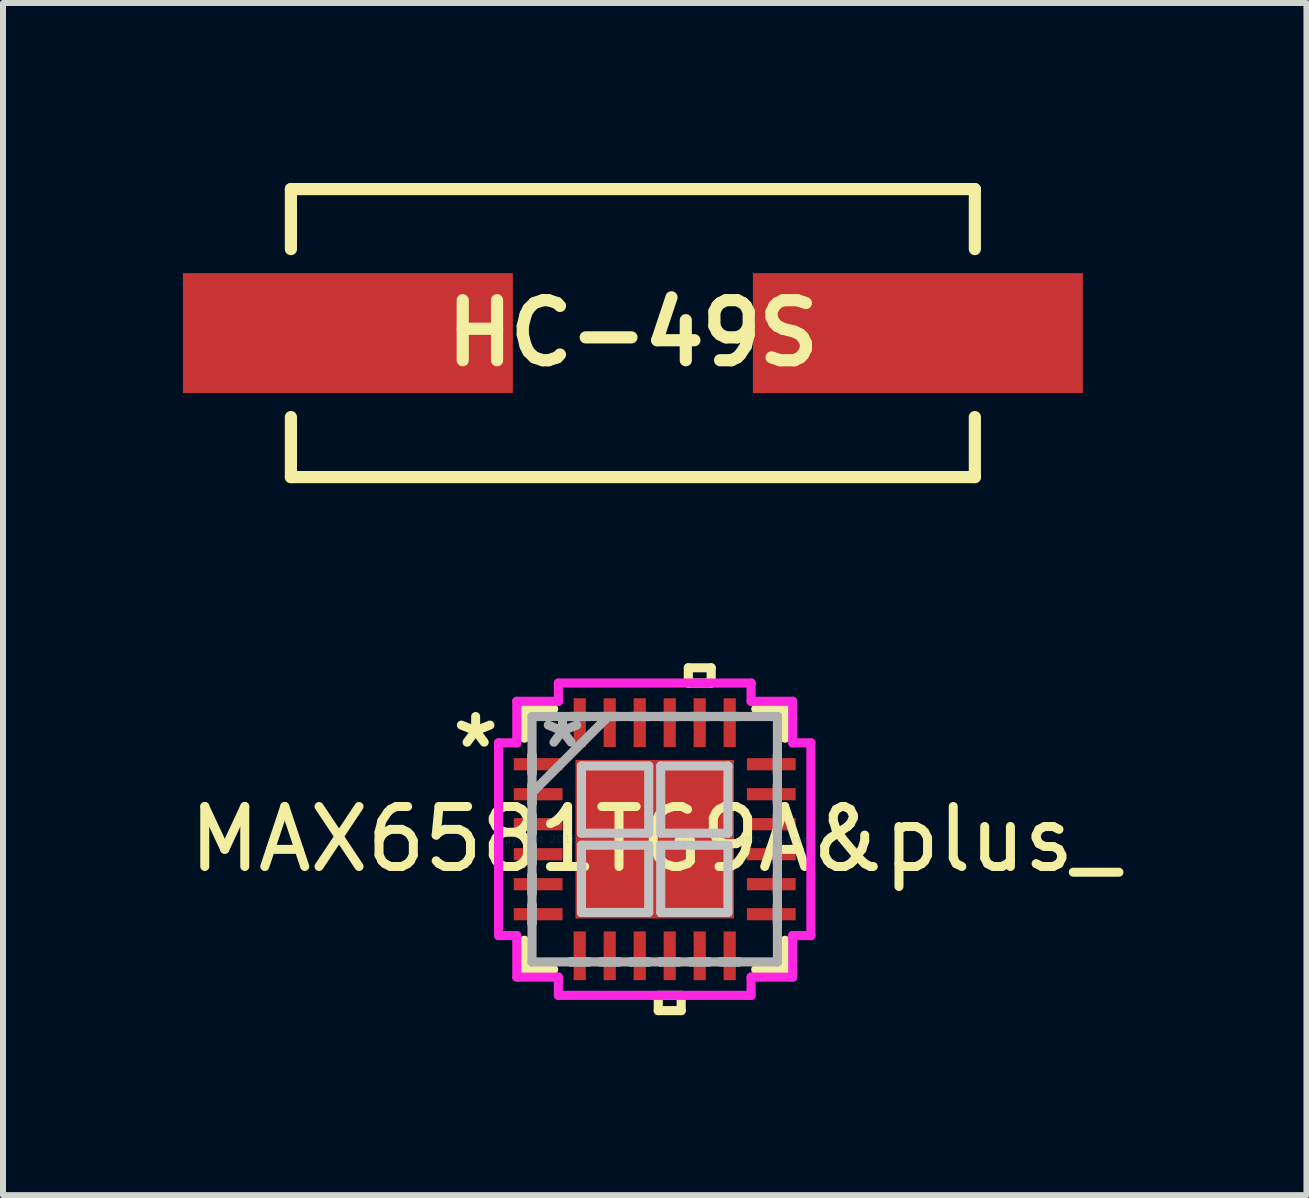
<source format=kicad_pcb>
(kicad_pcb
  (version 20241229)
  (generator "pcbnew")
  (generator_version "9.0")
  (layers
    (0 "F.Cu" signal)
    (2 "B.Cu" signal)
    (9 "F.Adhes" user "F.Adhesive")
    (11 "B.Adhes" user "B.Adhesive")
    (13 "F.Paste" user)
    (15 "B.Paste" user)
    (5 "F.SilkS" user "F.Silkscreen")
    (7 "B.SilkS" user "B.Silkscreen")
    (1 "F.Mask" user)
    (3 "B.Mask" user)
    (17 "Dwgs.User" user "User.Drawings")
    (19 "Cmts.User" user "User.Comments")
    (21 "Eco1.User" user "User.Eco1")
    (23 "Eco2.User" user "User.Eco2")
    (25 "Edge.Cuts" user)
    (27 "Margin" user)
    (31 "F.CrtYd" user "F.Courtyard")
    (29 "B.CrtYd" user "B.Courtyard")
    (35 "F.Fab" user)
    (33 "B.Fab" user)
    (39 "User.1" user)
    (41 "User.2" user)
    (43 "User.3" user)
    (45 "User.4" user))
  (footprint "HC-49S"
    (layer "F.Cu")
    (at 7.499 2.502)
    (property "Reference" "HC-49S" (at 0 0 0) (layer "F.SilkS") (effects (font (size 1.001 1.001) (thickness 0.203))))
    (attr through_hole)
    (fp_line (start -5.7 -2.4) (end -5.7 -1.4) (stroke (width 0.203) (type solid)) (layer "F.SilkS"))
    (fp_line (start -5.7 -2.4) (end 5.7 -2.4) (stroke (width 0.203) (type solid)) (layer "F.SilkS"))
    (fp_line (start -5.7 2.4) (end -5.7 1.4) (stroke (width 0.203) (type solid)) (layer "F.SilkS"))
    (fp_line (start -5.7 2.4) (end 5.7 2.4) (stroke (width 0.203) (type solid)) (layer "F.SilkS"))
    (fp_line (start 5.7 -2.4) (end 5.7 -1.4) (stroke (width 0.203) (type solid)) (layer "F.SilkS"))
    (fp_line (start 5.7 2.4) (end 5.7 1.4) (stroke (width 0.203) (type solid)) (layer "F.SilkS"))
    (pad "1" smd rect (at -4.75 0) (size 5.499 1.999) (layers "F.Cu" "F.Mask" "F.Paste"))
    (pad "2" smd rect (at 4.75 0) (size 5.499 1.999) (layers "F.Cu" "F.Mask" "F.Paste")))
  (footprint "MAX6581TG9A&plus_"
    (layer "F.Cu")
    (at 7.863 10.938)
    (property "Reference" "MAX6581TG9A&plus_" (at 0 0 0) (layer "F.SilkS") (effects (font (size 1 1) (thickness 0.15))))
    (attr through_hole)
    (fp_line (start -2.172 -2.172) (end -2.172 -1.684) (stroke (width 0.152) (type solid)) (layer "F.SilkS"))
    (fp_line (start -2.172 1.684) (end -2.172 2.172) (stroke (width 0.152) (type solid)) (layer "F.SilkS"))
    (fp_line (start -2.172 2.172) (end -1.684 2.172) (stroke (width 0.152) (type solid)) (layer "F.SilkS"))
    (fp_line (start -1.684 -2.172) (end -2.172 -2.172) (stroke (width 0.152) (type solid)) (layer "F.SilkS"))
    (fp_line (start 0.059 2.603) (end 0.059 2.857) (stroke (width 0.152) (type solid)) (layer "F.SilkS"))
    (fp_line (start 0.059 2.857) (end 0.441 2.857) (stroke (width 0.152) (type solid)) (layer "F.SilkS"))
    (fp_line (start 0.441 2.603) (end 0.059 2.603) (stroke (width 0.152) (type solid)) (layer "F.SilkS"))
    (fp_line (start 0.441 2.857) (end 0.441 2.603) (stroke (width 0.152) (type solid)) (layer "F.SilkS"))
    (fp_line (start 0.56 -2.857) (end 0.941 -2.857) (stroke (width 0.152) (type solid)) (layer "F.SilkS"))
    (fp_line (start 0.56 -2.603) (end 0.56 -2.857) (stroke (width 0.152) (type solid)) (layer "F.SilkS"))
    (fp_line (start 0.941 -2.857) (end 0.941 -2.603) (stroke (width 0.152) (type solid)) (layer "F.SilkS"))
    (fp_line (start 0.941 -2.603) (end 0.56 -2.603) (stroke (width 0.152) (type solid)) (layer "F.SilkS"))
    (fp_line (start 1.684 2.172) (end 2.172 2.172) (stroke (width 0.152) (type solid)) (layer "F.SilkS"))
    (fp_line (start 2.172 -2.172) (end 1.684 -2.172) (stroke (width 0.152) (type solid)) (layer "F.SilkS"))
    (fp_line (start 2.172 -1.684) (end 2.172 -2.172) (stroke (width 0.152) (type solid)) (layer "F.SilkS"))
    (fp_line (start 2.172 2.172) (end 2.172 1.684) (stroke (width 0.152) (type solid)) (layer "F.SilkS"))
    (fp_line (start -1.221 -1.221) (end -1.221 -0.1) (stroke (width 0.152) (type solid)) (layer "Dwgs.User"))
    (fp_line (start -1.221 -0.1) (end -0.1 -0.1) (stroke (width 0.152) (type solid)) (layer "Dwgs.User"))
    (fp_line (start -1.221 0.1) (end -1.221 1.221) (stroke (width 0.152) (type solid)) (layer "Dwgs.User"))
    (fp_line (start -1.221 1.221) (end -0.1 1.221) (stroke (width 0.152) (type solid)) (layer "Dwgs.User"))
    (fp_line (start -0.1 -1.221) (end -1.221 -1.221) (stroke (width 0.152) (type solid)) (layer "Dwgs.User"))
    (fp_line (start -0.1 -0.1) (end -0.1 -1.221) (stroke (width 0.152) (type solid)) (layer "Dwgs.User"))
    (fp_line (start -0.1 0.1) (end -1.221 0.1) (stroke (width 0.152) (type solid)) (layer "Dwgs.User"))
    (fp_line (start -0.1 1.221) (end -0.1 0.1) (stroke (width 0.152) (type solid)) (layer "Dwgs.User"))
    (fp_line (start 0.1 -1.221) (end 0.1 -0.1) (stroke (width 0.152) (type solid)) (layer "Dwgs.User"))
    (fp_line (start 0.1 -0.1) (end 1.221 -0.1) (stroke (width 0.152) (type solid)) (layer "Dwgs.User"))
    (fp_line (start 0.1 0.1) (end 0.1 1.221) (stroke (width 0.152) (type solid)) (layer "Dwgs.User"))
    (fp_line (start 0.1 1.221) (end 1.221 1.221) (stroke (width 0.152) (type solid)) (layer "Dwgs.User"))
    (fp_line (start 1.221 -1.221) (end 0.1 -1.221) (stroke (width 0.152) (type solid)) (layer "Dwgs.User"))
    (fp_line (start 1.221 -0.1) (end 1.221 -1.221) (stroke (width 0.152) (type solid)) (layer "Dwgs.User"))
    (fp_line (start 1.221 0.1) (end 0.1 0.1) (stroke (width 0.152) (type solid)) (layer "Dwgs.User"))
    (fp_line (start 1.221 1.221) (end 1.221 0.1) (stroke (width 0.152) (type solid)) (layer "Dwgs.User"))
    (fp_line (start -2.603 -1.606) (end -2.299 -1.606) (stroke (width 0.152) (type solid)) (layer "F.CrtYd"))
    (fp_line (start -2.603 1.606) (end -2.603 -1.606) (stroke (width 0.152) (type solid)) (layer "F.CrtYd"))
    (fp_line (start -2.299 -2.299) (end -1.606 -2.299) (stroke (width 0.152) (type solid)) (layer "F.CrtYd"))
    (fp_line (start -2.299 -1.606) (end -2.299 -2.299) (stroke (width 0.152) (type solid)) (layer "F.CrtYd"))
    (fp_line (start -2.299 1.606) (end -2.603 1.606) (stroke (width 0.152) (type solid)) (layer "F.CrtYd"))
    (fp_line (start -2.299 2.299) (end -2.299 1.606) (stroke (width 0.152) (type solid)) (layer "F.CrtYd"))
    (fp_line (start -1.606 -2.603) (end 1.606 -2.603) (stroke (width 0.152) (type solid)) (layer "F.CrtYd"))
    (fp_line (start -1.606 -2.299) (end -1.606 -2.603) (stroke (width 0.152) (type solid)) (layer "F.CrtYd"))
    (fp_line (start -1.606 2.299) (end -2.299 2.299) (stroke (width 0.152) (type solid)) (layer "F.CrtYd"))
    (fp_line (start -1.606 2.603) (end -1.606 2.299) (stroke (width 0.152) (type solid)) (layer "F.CrtYd"))
    (fp_line (start 1.606 -2.603) (end 1.606 -2.299) (stroke (width 0.152) (type solid)) (layer "F.CrtYd"))
    (fp_line (start 1.606 -2.299) (end 2.299 -2.299) (stroke (width 0.152) (type solid)) (layer "F.CrtYd"))
    (fp_line (start 1.606 2.299) (end 1.606 2.603) (stroke (width 0.152) (type solid)) (layer "F.CrtYd"))
    (fp_line (start 1.606 2.603) (end -1.606 2.603) (stroke (width 0.152) (type solid)) (layer "F.CrtYd"))
    (fp_line (start 2.299 -2.299) (end 2.299 -1.606) (stroke (width 0.152) (type solid)) (layer "F.CrtYd"))
    (fp_line (start 2.299 -1.606) (end 2.603 -1.606) (stroke (width 0.152) (type solid)) (layer "F.CrtYd"))
    (fp_line (start 2.299 1.606) (end 2.299 2.299) (stroke (width 0.152) (type solid)) (layer "F.CrtYd"))
    (fp_line (start 2.299 2.299) (end 1.606 2.299) (stroke (width 0.152) (type solid)) (layer "F.CrtYd"))
    (fp_line (start 2.603 -1.606) (end 2.603 1.606) (stroke (width 0.152) (type solid)) (layer "F.CrtYd"))
    (fp_line (start 2.603 1.606) (end 2.299 1.606) (stroke (width 0.152) (type solid)) (layer "F.CrtYd"))
    (fp_line (start -2.045 -2.045) (end -2.045 -2.045) (stroke (width 0.152) (type solid)) (layer "F.Fab"))
    (fp_line (start -2.045 -2.045) (end -2.045 2.045) (stroke (width 0.152) (type solid)) (layer "F.Fab"))
    (fp_line (start -2.045 -1.402) (end -2.045 -1.402) (stroke (width 0.152) (type solid)) (layer "F.Fab"))
    (fp_line (start -2.045 -1.402) (end -2.045 -1.098) (stroke (width 0.152) (type solid)) (layer "F.Fab"))
    (fp_line (start -2.045 -1.098) (end -2.045 -1.402) (stroke (width 0.152) (type solid)) (layer "F.Fab"))
    (fp_line (start -2.045 -1.098) (end -2.045 -1.098) (stroke (width 0.152) (type solid)) (layer "F.Fab"))
    (fp_line (start -2.045 -0.902) (end -2.045 -0.902) (stroke (width 0.152) (type solid)) (layer "F.Fab"))
    (fp_line (start -2.045 -0.902) (end -2.045 -0.598) (stroke (width 0.152) (type solid)) (layer "F.Fab"))
    (fp_line (start -2.045 -0.775) (end -0.775 -2.045) (stroke (width 0.152) (type solid)) (layer "F.Fab"))
    (fp_line (start -2.045 -0.598) (end -2.045 -0.902) (stroke (width 0.152) (type solid)) (layer "F.Fab"))
    (fp_line (start -2.045 -0.598) (end -2.045 -0.598) (stroke (width 0.152) (type solid)) (layer "F.Fab"))
    (fp_line (start -2.045 -0.402) (end -2.045 -0.402) (stroke (width 0.152) (type solid)) (layer "F.Fab"))
    (fp_line (start -2.045 -0.402) (end -2.045 -0.098) (stroke (width 0.152) (type solid)) (layer "F.Fab"))
    (fp_line (start -2.045 -0.098) (end -2.045 -0.402) (stroke (width 0.152) (type solid)) (layer "F.Fab"))
    (fp_line (start -2.045 -0.098) (end -2.045 -0.098) (stroke (width 0.152) (type solid)) (layer "F.Fab"))
    (fp_line (start -2.045 0.098) (end -2.045 0.098) (stroke (width 0.152) (type solid)) (layer "F.Fab"))
    (fp_line (start -2.045 0.098) (end -2.045 0.402) (stroke (width 0.152) (type solid)) (layer "F.Fab"))
    (fp_line (start -2.045 0.402) (end -2.045 0.098) (stroke (width 0.152) (type solid)) (layer "F.Fab"))
    (fp_line (start -2.045 0.402) (end -2.045 0.402) (stroke (width 0.152) (type solid)) (layer "F.Fab"))
    (fp_line (start -2.045 0.598) (end -2.045 0.598) (stroke (width 0.152) (type solid)) (layer "F.Fab"))
    (fp_line (start -2.045 0.598) (end -2.045 0.902) (stroke (width 0.152) (type solid)) (layer "F.Fab"))
    (fp_line (start -2.045 0.902) (end -2.045 0.598) (stroke (width 0.152) (type solid)) (layer "F.Fab"))
    (fp_line (start -2.045 0.902) (end -2.045 0.902) (stroke (width 0.152) (type solid)) (layer "F.Fab"))
    (fp_line (start -2.045 1.098) (end -2.045 1.098) (stroke (width 0.152) (type solid)) (layer "F.Fab"))
    (fp_line (start -2.045 1.098) (end -2.045 1.402) (stroke (width 0.152) (type solid)) (layer "F.Fab"))
    (fp_line (start -2.045 1.402) (end -2.045 1.098) (stroke (width 0.152) (type solid)) (layer "F.Fab"))
    (fp_line (start -2.045 1.402) (end -2.045 1.402) (stroke (width 0.152) (type solid)) (layer "F.Fab"))
    (fp_line (start -2.045 2.045) (end -2.045 2.045) (stroke (width 0.152) (type solid)) (layer "F.Fab"))
    (fp_line (start -2.045 2.045) (end 2.045 2.045) (stroke (width 0.152) (type solid)) (layer "F.Fab"))
    (fp_line (start -1.402 -2.045) (end -1.402 -2.045) (stroke (width 0.152) (type solid)) (layer "F.Fab"))
    (fp_line (start -1.402 -2.045) (end -1.098 -2.045) (stroke (width 0.152) (type solid)) (layer "F.Fab"))
    (fp_line (start -1.402 2.045) (end -1.402 2.045) (stroke (width 0.152) (type solid)) (layer "F.Fab"))
    (fp_line (start -1.402 2.045) (end -1.098 2.045) (stroke (width 0.152) (type solid)) (layer "F.Fab"))
    (fp_line (start -1.098 -2.045) (end -1.402 -2.045) (stroke (width 0.152) (type solid)) (layer "F.Fab"))
    (fp_line (start -1.098 -2.045) (end -1.098 -2.045) (stroke (width 0.152) (type solid)) (layer "F.Fab"))
    (fp_line (start -1.098 2.045) (end -1.402 2.045) (stroke (width 0.152) (type solid)) (layer "F.Fab"))
    (fp_line (start -1.098 2.045) (end -1.098 2.045) (stroke (width 0.152) (type solid)) (layer "F.Fab"))
    (fp_line (start -0.902 -2.045) (end -0.902 -2.045) (stroke (width 0.152) (type solid)) (layer "F.Fab"))
    (fp_line (start -0.902 -2.045) (end -0.598 -2.045) (stroke (width 0.152) (type solid)) (layer "F.Fab"))
    (fp_line (start -0.902 2.045) (end -0.902 2.045) (stroke (width 0.152) (type solid)) (layer "F.Fab"))
    (fp_line (start -0.902 2.045) (end -0.598 2.045) (stroke (width 0.152) (type solid)) (layer "F.Fab"))
    (fp_line (start -0.598 -2.045) (end -0.902 -2.045) (stroke (width 0.152) (type solid)) (layer "F.Fab"))
    (fp_line (start -0.598 -2.045) (end -0.598 -2.045) (stroke (width 0.152) (type solid)) (layer "F.Fab"))
    (fp_line (start -0.598 2.045) (end -0.902 2.045) (stroke (width 0.152) (type solid)) (layer "F.Fab"))
    (fp_line (start -0.598 2.045) (end -0.598 2.045) (stroke (width 0.152) (type solid)) (layer "F.Fab"))
    (fp_line (start -0.402 -2.045) (end -0.402 -2.045) (stroke (width 0.152) (type solid)) (layer "F.Fab"))
    (fp_line (start -0.402 -2.045) (end -0.098 -2.045) (stroke (width 0.152) (type solid)) (layer "F.Fab"))
    (fp_line (start -0.402 2.045) (end -0.402 2.045) (stroke (width 0.152) (type solid)) (layer "F.Fab"))
    (fp_line (start -0.402 2.045) (end -0.098 2.045) (stroke (width 0.152) (type solid)) (layer "F.Fab"))
    (fp_line (start -0.098 -2.045) (end -0.402 -2.045) (stroke (width 0.152) (type solid)) (layer "F.Fab"))
    (fp_line (start -0.098 -2.045) (end -0.098 -2.045) (stroke (width 0.152) (type solid)) (layer "F.Fab"))
    (fp_line (start -0.098 2.045) (end -0.402 2.045) (stroke (width 0.152) (type solid)) (layer "F.Fab"))
    (fp_line (start -0.098 2.045) (end -0.098 2.045) (stroke (width 0.152) (type solid)) (layer "F.Fab"))
    (fp_line (start 0.098 -2.045) (end 0.098 -2.045) (stroke (width 0.152) (type solid)) (layer "F.Fab"))
    (fp_line (start 0.098 -2.045) (end 0.402 -2.045) (stroke (width 0.152) (type solid)) (layer "F.Fab"))
    (fp_line (start 0.098 2.045) (end 0.098 2.045) (stroke (width 0.152) (type solid)) (layer "F.Fab"))
    (fp_line (start 0.098 2.045) (end 0.402 2.045) (stroke (width 0.152) (type solid)) (layer "F.Fab"))
    (fp_line (start 0.402 -2.045) (end 0.098 -2.045) (stroke (width 0.152) (type solid)) (layer "F.Fab"))
    (fp_line (start 0.402 -2.045) (end 0.402 -2.045) (stroke (width 0.152) (type solid)) (layer "F.Fab"))
    (fp_line (start 0.402 2.045) (end 0.098 2.045) (stroke (width 0.152) (type solid)) (layer "F.Fab"))
    (fp_line (start 0.402 2.045) (end 0.402 2.045) (stroke (width 0.152) (type solid)) (layer "F.Fab"))
    (fp_line (start 0.598 -2.045) (end 0.598 -2.045) (stroke (width 0.152) (type solid)) (layer "F.Fab"))
    (fp_line (start 0.598 -2.045) (end 0.902 -2.045) (stroke (width 0.152) (type solid)) (layer "F.Fab"))
    (fp_line (start 0.598 2.045) (end 0.598 2.045) (stroke (width 0.152) (type solid)) (layer "F.Fab"))
    (fp_line (start 0.598 2.045) (end 0.902 2.045) (stroke (width 0.152) (type solid)) (layer "F.Fab"))
    (fp_line (start 0.902 -2.045) (end 0.598 -2.045) (stroke (width 0.152) (type solid)) (layer "F.Fab"))
    (fp_line (start 0.902 -2.045) (end 0.902 -2.045) (stroke (width 0.152) (type solid)) (layer "F.Fab"))
    (fp_line (start 0.902 2.045) (end 0.598 2.045) (stroke (width 0.152) (type solid)) (layer "F.Fab"))
    (fp_line (start 0.902 2.045) (end 0.902 2.045) (stroke (width 0.152) (type solid)) (layer "F.Fab"))
    (fp_line (start 1.098 -2.045) (end 1.098 -2.045) (stroke (width 0.152) (type solid)) (layer "F.Fab"))
    (fp_line (start 1.098 -2.045) (end 1.402 -2.045) (stroke (width 0.152) (type solid)) (layer "F.Fab"))
    (fp_line (start 1.098 2.045) (end 1.098 2.045) (stroke (width 0.152) (type solid)) (layer "F.Fab"))
    (fp_line (start 1.098 2.045) (end 1.402 2.045) (stroke (width 0.152) (type solid)) (layer "F.Fab"))
    (fp_line (start 1.402 -2.045) (end 1.098 -2.045) (stroke (width 0.152) (type solid)) (layer "F.Fab"))
    (fp_line (start 1.402 -2.045) (end 1.402 -2.045) (stroke (width 0.152) (type solid)) (layer "F.Fab"))
    (fp_line (start 1.402 2.045) (end 1.098 2.045) (stroke (width 0.152) (type solid)) (layer "F.Fab"))
    (fp_line (start 1.402 2.045) (end 1.402 2.045) (stroke (width 0.152) (type solid)) (layer "F.Fab"))
    (fp_line (start 2.045 -2.045) (end -2.045 -2.045) (stroke (width 0.152) (type solid)) (layer "F.Fab"))
    (fp_line (start 2.045 -2.045) (end 2.045 -2.045) (stroke (width 0.152) (type solid)) (layer "F.Fab"))
    (fp_line (start 2.045 -1.402) (end 2.045 -1.402) (stroke (width 0.152) (type solid)) (layer "F.Fab"))
    (fp_line (start 2.045 -1.402) (end 2.045 -1.098) (stroke (width 0.152) (type solid)) (layer "F.Fab"))
    (fp_line (start 2.045 -1.098) (end 2.045 -1.402) (stroke (width 0.152) (type solid)) (layer "F.Fab"))
    (fp_line (start 2.045 -1.098) (end 2.045 -1.098) (stroke (width 0.152) (type solid)) (layer "F.Fab"))
    (fp_line (start 2.045 -0.902) (end 2.045 -0.902) (stroke (width 0.152) (type solid)) (layer "F.Fab"))
    (fp_line (start 2.045 -0.902) (end 2.045 -0.598) (stroke (width 0.152) (type solid)) (layer "F.Fab"))
    (fp_line (start 2.045 -0.598) (end 2.045 -0.902) (stroke (width 0.152) (type solid)) (layer "F.Fab"))
    (fp_line (start 2.045 -0.598) (end 2.045 -0.598) (stroke (width 0.152) (type solid)) (layer "F.Fab"))
    (fp_line (start 2.045 -0.402) (end 2.045 -0.402) (stroke (width 0.152) (type solid)) (layer "F.Fab"))
    (fp_line (start 2.045 -0.402) (end 2.045 -0.098) (stroke (width 0.152) (type solid)) (layer "F.Fab"))
    (fp_line (start 2.045 -0.098) (end 2.045 -0.402) (stroke (width 0.152) (type solid)) (layer "F.Fab"))
    (fp_line (start 2.045 -0.098) (end 2.045 -0.098) (stroke (width 0.152) (type solid)) (layer "F.Fab"))
    (fp_line (start 2.045 0.098) (end 2.045 0.098) (stroke (width 0.152) (type solid)) (layer "F.Fab"))
    (fp_line (start 2.045 0.098) (end 2.045 0.402) (stroke (width 0.152) (type solid)) (layer "F.Fab"))
    (fp_line (start 2.045 0.402) (end 2.045 0.098) (stroke (width 0.152) (type solid)) (layer "F.Fab"))
    (fp_line (start 2.045 0.402) (end 2.045 0.402) (stroke (width 0.152) (type solid)) (layer "F.Fab"))
    (fp_line (start 2.045 0.598) (end 2.045 0.598) (stroke (width 0.152) (type solid)) (layer "F.Fab"))
    (fp_line (start 2.045 0.598) (end 2.045 0.902) (stroke (width 0.152) (type solid)) (layer "F.Fab"))
    (fp_line (start 2.045 0.902) (end 2.045 0.598) (stroke (width 0.152) (type solid)) (layer "F.Fab"))
    (fp_line (start 2.045 0.902) (end 2.045 0.902) (stroke (width 0.152) (type solid)) (layer "F.Fab"))
    (fp_line (start 2.045 1.098) (end 2.045 1.098) (stroke (width 0.152) (type solid)) (layer "F.Fab"))
    (fp_line (start 2.045 1.098) (end 2.045 1.402) (stroke (width 0.152) (type solid)) (layer "F.Fab"))
    (fp_line (start 2.045 1.402) (end 2.045 1.098) (stroke (width 0.152) (type solid)) (layer "F.Fab"))
    (fp_line (start 2.045 1.402) (end 2.045 1.402) (stroke (width 0.152) (type solid)) (layer "F.Fab"))
    (fp_line (start 2.045 2.045) (end 2.045 -2.045) (stroke (width 0.152) (type solid)) (layer "F.Fab"))
    (fp_line (start 2.045 2.045) (end 2.045 2.045) (stroke (width 0.152) (type solid)) (layer "F.Fab"))
    (fp_text user "*" (at -2.985 -1.5 0) (layer "F.SilkS") (effects (font (size 1 1) (thickness 0.15))))
    (fp_text user "Copyright 2016 Accelerated Designs. All rights reserved." (at 0 0 0) (layer "Cmts.User") (effects (font (size 0.127 0.127) (thickness 0.002))))
    (fp_text user "*" (at -1.537 -1.5 0) (layer "F.Fab") (effects (font (size 1 1) (thickness 0.15))))
    (pad "1" smd rect (at -1.943 -1.25 90) (size 0.203 0.813) (layers "F.Cu" "F.Mask" "F.Paste"))
    (pad "2" smd rect (at -1.943 -0.75 90) (size 0.203 0.813) (layers "F.Cu" "F.Mask" "F.Paste"))
    (pad "3" smd rect (at -1.943 -0.25 90) (size 0.203 0.813) (layers "F.Cu" "F.Mask" "F.Paste"))
    (pad "4" smd rect (at -1.943 0.25 90) (size 0.203 0.813) (layers "F.Cu" "F.Mask" "F.Paste"))
    (pad "5" smd rect (at -1.943 0.75 90) (size 0.203 0.813) (layers "F.Cu" "F.Mask" "F.Paste"))
    (pad "6" smd rect (at -1.943 1.25 90) (size 0.203 0.813) (layers "F.Cu" "F.Mask" "F.Paste"))
    (pad "7" smd rect (at -1.25 1.943) (size 0.203 0.813) (layers "F.Cu" "F.Mask" "F.Paste"))
    (pad "8" smd rect (at -0.75 1.943) (size 0.203 0.813) (layers "F.Cu" "F.Mask" "F.Paste"))
    (pad "9" smd rect (at -0.25 1.943) (size 0.203 0.813) (layers "F.Cu" "F.Mask" "F.Paste"))
    (pad "10" smd rect (at 0.25 1.943) (size 0.203 0.813) (layers "F.Cu" "F.Mask" "F.Paste"))
    (pad "11" smd rect (at 0.75 1.943) (size 0.203 0.813) (layers "F.Cu" "F.Mask" "F.Paste"))
    (pad "12" smd rect (at 1.25 1.943) (size 0.203 0.813) (layers "F.Cu" "F.Mask" "F.Paste"))
    (pad "13" smd rect (at 1.943 1.25 90) (size 0.203 0.813) (layers "F.Cu" "F.Mask" "F.Paste"))
    (pad "14" smd rect (at 1.943 0.75 90) (size 0.203 0.813) (layers "F.Cu" "F.Mask" "F.Paste"))
    (pad "15" smd rect (at 1.943 0.25 90) (size 0.203 0.813) (layers "F.Cu" "F.Mask" "F.Paste"))
    (pad "16" smd rect (at 1.943 -0.25 90) (size 0.203 0.813) (layers "F.Cu" "F.Mask" "F.Paste"))
    (pad "17" smd rect (at 1.943 -0.75 90) (size 0.203 0.813) (layers "F.Cu" "F.Mask" "F.Paste"))
    (pad "18" smd rect (at 1.943 -1.25 90) (size 0.203 0.813) (layers "F.Cu" "F.Mask" "F.Paste"))
    (pad "19" smd rect (at 1.25 -1.943) (size 0.203 0.813) (layers "F.Cu" "F.Mask" "F.Paste"))
    (pad "20" smd rect (at 0.75 -1.943) (size 0.203 0.813) (layers "F.Cu" "F.Mask" "F.Paste"))
    (pad "21" smd rect (at 0.25 -1.943) (size 0.203 0.813) (layers "F.Cu" "F.Mask" "F.Paste"))
    (pad "22" smd rect (at -0.25 -1.943) (size 0.203 0.813) (layers "F.Cu" "F.Mask" "F.Paste"))
    (pad "23" smd rect (at -0.75 -1.943) (size 0.203 0.813) (layers "F.Cu" "F.Mask" "F.Paste"))
    (pad "24" smd rect (at -1.25 -1.943) (size 0.203 0.813) (layers "F.Cu" "F.Mask" "F.Paste"))
    (pad "25" smd rect (at 0 0) (size 2.642 2.642) (layers "F.Cu" "F.Mask" "F.Paste")))
  (gr_rect
    (start -3 -3)
    (end 18.726 16.871)
    (stroke (width 0.1) (type default))
    (fill no)
    (layer "Edge.Cuts")))
</source>
